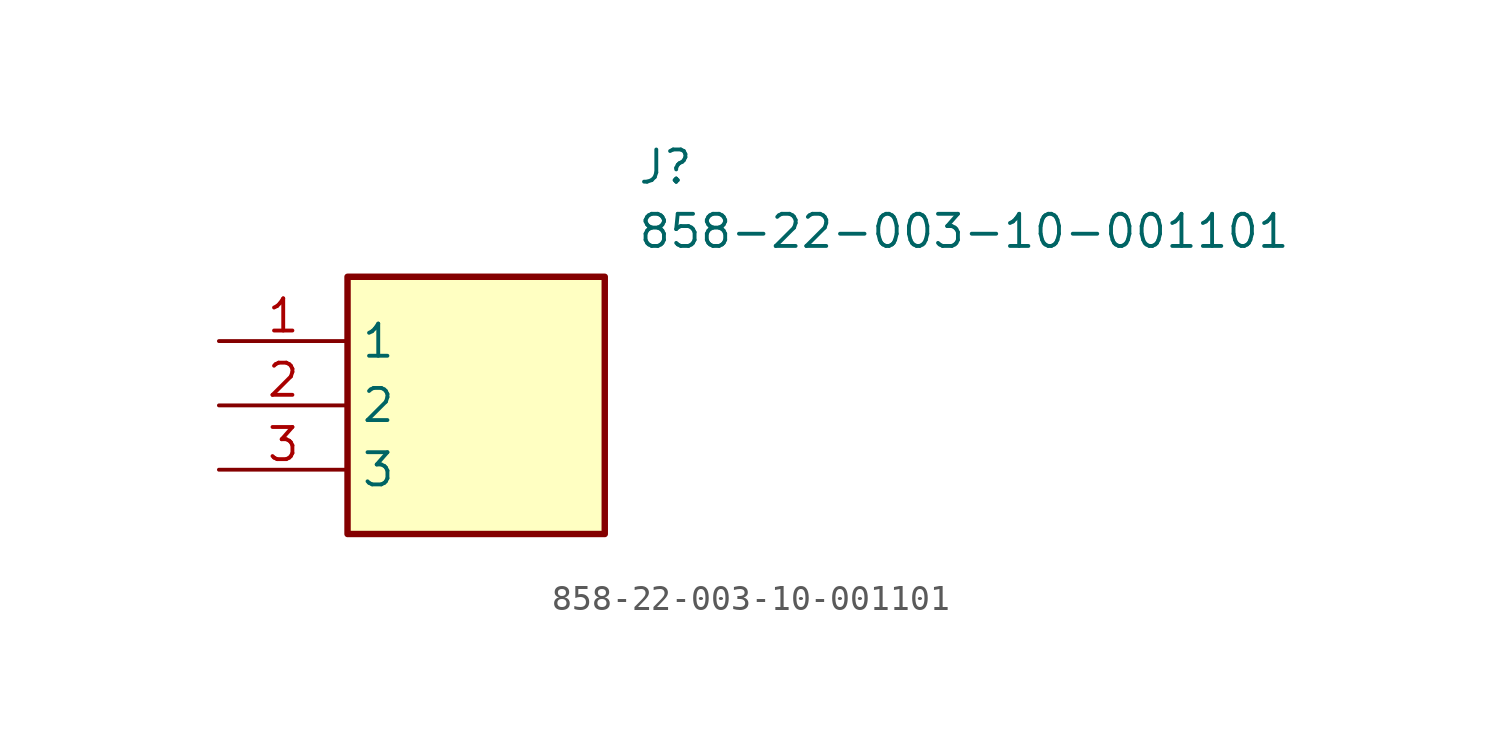
<source format=kicad_sym>
(kicad_symbol_lib
  (version 20211014)
  (generator SamacSys_ECAD_Model)
  (symbol "858-22-003-10-001101"
    (property "Reference" "J"
      (at 16.51 7.62 0)
      (effects (font (size 1.27 1.27)) (justify left top)))
    (property "Value" "858-22-003-10-001101"
      (at 16.51 5.08 0)
      (effects (font (size 1.27 1.27)) (justify left top)))
    (rectangle
      (start 5.08 2.54)
      (end 15.24 -7.62)
      (stroke (width 0.254) (type default))
      (fill (type background)))
    (pin passive line
      (at 0 0 0)
      (length 5.08)
      (name "1" (effects (font (size 1.27 1.27))))
      (number "1" (effects (font (size 1.27 1.27)))))
    (pin passive line
      (at 0 -2.54 0)
      (length 5.08)
      (name "2" (effects (font (size 1.27 1.27))))
      (number "2" (effects (font (size 1.27 1.27)))))
    (pin passive line
      (at 0 -5.08 0)
      (length 5.08)
      (name "3" (effects (font (size 1.27 1.27))))
      (number "3" (effects (font (size 1.27 1.27)))))))
</source>
